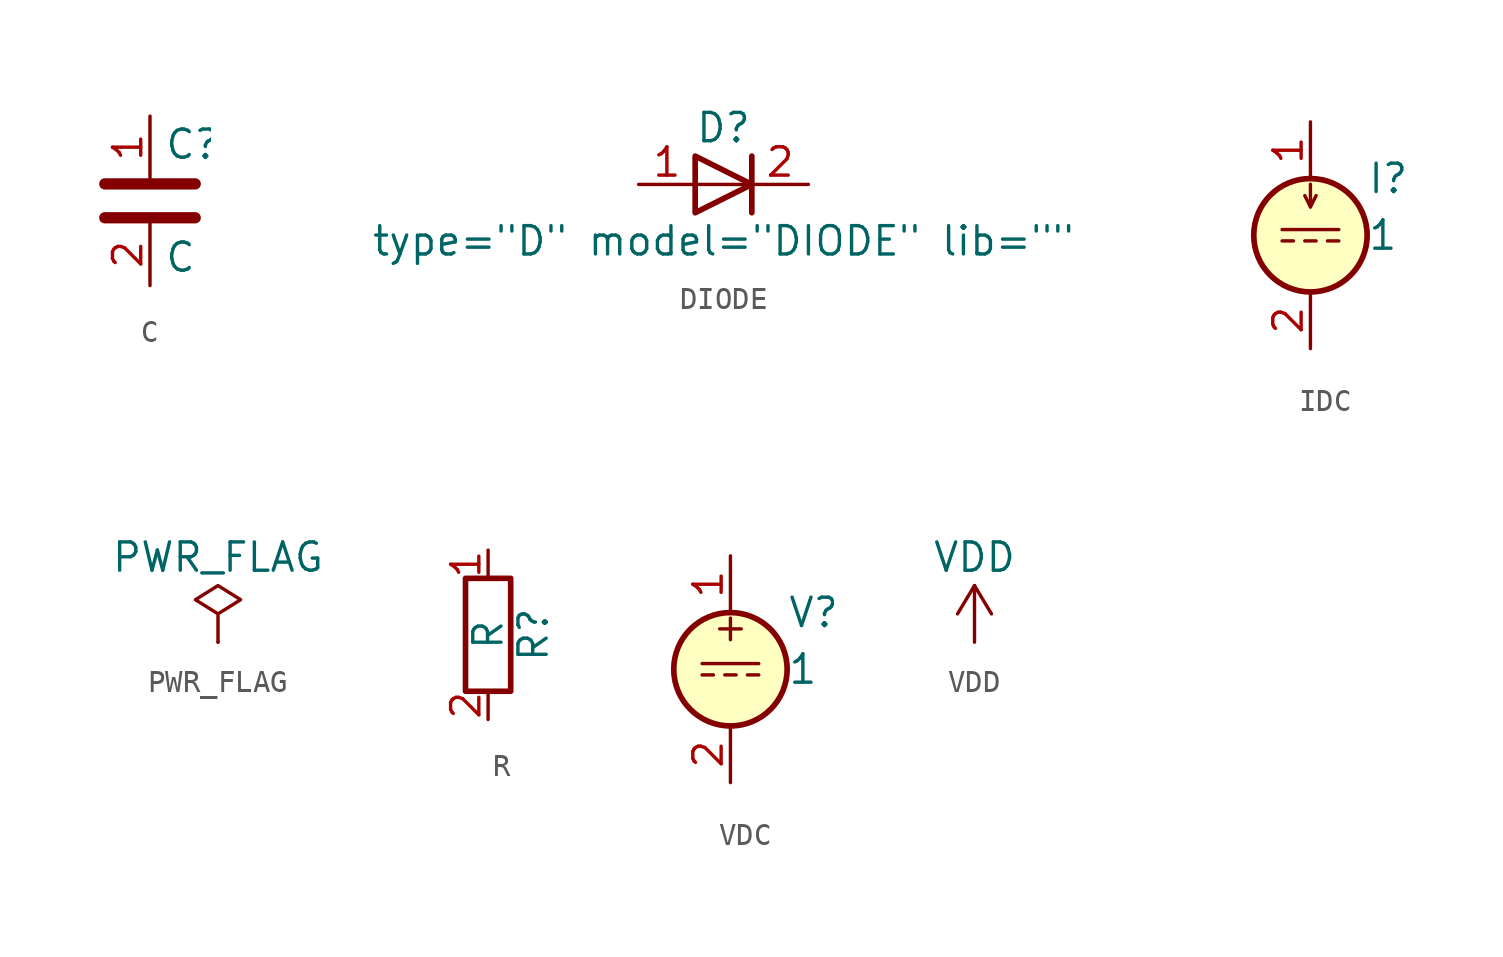
<source format=kicad_sym>
(kicad_symbol_lib
  (version 20241209)
  (generator "kicad_symbol_editor")
  (generator_version "9.0")
  (symbol "C"
    (pin_names
      (offset 0.254)
      (hide yes))
    (property "Reference" "C"
      (at 0.635 2.54 0)
      (effects (font (size 1.27 1.27)) (justify left)))
    (property "Value" "C"
      (at 0.635 -2.54 0)
      (effects (font (size 1.27 1.27)) (justify left)))
    (symbol "C_0_1"
      (polyline (pts (xy -2.032 0.762) (xy 2.032 0.762)) (stroke (width 0.508) (type default)) (fill (type none)))
      (polyline (pts (xy -2.032 -0.762) (xy 2.032 -0.762)) (stroke (width 0.508) (type default)) (fill (type none))))
    (symbol "C_1_1"
      (pin passive line (at 0 3.81 270) (length 2.794) (name "~" (effects (font (size 1.27 1.27)))) (number "1" (effects (font (size 1.27 1.27)))))
      (pin passive line (at 0 -3.81 90) (length 2.794) (name "~" (effects (font (size 1.27 1.27)))) (number "2" (effects (font (size 1.27 1.27)))))))
  (symbol "DIODE"
    (pin_names
      (offset 1.016)
      (hide yes))
    (property "Reference" "D"
      (at 0 2.54 0)
      (effects (font (size 1.27 1.27))))
    (property "Value" "${SIM.PARAMS}"
      (at 0 -2.54 0)
      (effects (font (size 1.27 1.27))))
    (property "Sim.Params" "type=\"D\" model=\"DIODE\" lib=\"\""
      (at 0 0 0)
      (effects (font (size 1.27 1.27)) (hide yes)))
    (symbol "DIODE_0_1"
      (polyline (pts (xy -1.27 -1.27) (xy -1.27 1.27) (xy 1.27 0) (xy -1.27 -1.27)) (stroke (width 0.254) (type default)) (fill (type none)))
      (polyline (pts (xy 1.27 1.27) (xy 1.27 -1.27)) (stroke (width 0.254) (type default)) (fill (type none)))
      (polyline (pts (xy 1.27 0) (xy -1.27 0)) (stroke (width 0) (type default)) (fill (type none))))
    (symbol "DIODE_1_1"
      (pin passive line (at -3.81 0 0) (length 2.54) (name "A" (effects (font (size 1.27 1.27)))) (number "1" (effects (font (size 1.27 1.27)))))
      (pin passive line (at 3.81 0 180) (length 2.54) (name "K" (effects (font (size 1.27 1.27)))) (number "2" (effects (font (size 1.27 1.27)))))))
  (symbol "IDC"
    (pin_names
      (offset 0.025)
      (hide yes))
    (property "Reference" "I"
      (at 2.54 2.54 0)
      (effects (font (size 1.27 1.27)) (justify left)))
    (property "Value" "1"
      (at 2.54 0 0)
      (effects (font (size 1.27 1.27)) (justify left)))
    (symbol "IDC_0_0"
      (polyline (pts (xy -1.27 0.254) (xy 1.27 0.254)) (stroke (width 0) (type default)) (fill (type none)))
      (polyline (pts (xy -0.762 -0.254) (xy -1.27 -0.254)) (stroke (width 0) (type default)) (fill (type none)))
      (polyline (pts (xy 0.254 -0.254) (xy -0.254 -0.254)) (stroke (width 0) (type default)) (fill (type none)))
      (polyline (pts (xy 1.27 -0.254) (xy 0.762 -0.254)) (stroke (width 0) (type default)) (fill (type none))))
    (symbol "IDC_0_1"
      (polyline (pts (xy -0.254 1.778) (xy 0 1.27) (xy 0.254 1.778)) (stroke (width 0) (type default)) (fill (type none)))
      (polyline (pts (xy 0 1.27) (xy 0 2.286)) (stroke (width 0) (type default)) (fill (type none)))
      (circle (center 0 0) (radius 2.54) (stroke (width 0.254) (type default)) (fill (type background))))
    (symbol "IDC_1_1"
      (pin passive line (at 0 5.08 270) (length 2.54) (name "~" (effects (font (size 1.27 1.27)))) (number "1" (effects (font (size 1.27 1.27)))))
      (pin passive line (at 0 -5.08 90) (length 2.54) (name "~" (effects (font (size 1.27 1.27)))) (number "2" (effects (font (size 1.27 1.27)))))))
  (symbol "PWR_FLAG"
    (power)
    (pin_numbers
      (hide yes))
    (pin_names
      (offset 0)
      (hide yes))
    (property "Reference" "#FLG"
      (at 0 1.905 0)
      (effects (font (size 1.27 1.27)) (hide yes)))
    (property "Value" "PWR_FLAG"
      (at 0 3.81 0)
      (effects (font (size 1.27 1.27))))
    (symbol "PWR_FLAG_0_0"
      (pin power_out line (at 0 0 90) (length 0) (name "pwr" (effects (font (size 1.27 1.27)))) (number "1" (effects (font (size 1.27 1.27))))))
    (symbol "PWR_FLAG_0_1"
      (polyline (pts (xy 0 0) (xy 0 1.27) (xy -1.016 1.905) (xy 0 2.54) (xy 1.016 1.905) (xy 0 1.27)) (stroke (width 0) (type default)) (fill (type none)))))
  (symbol "R"
    (pin_names
      (offset 0)
      (hide yes))
    (property "Reference" "R"
      (at 2.032 0 90)
      (effects (font (size 1.27 1.27))))
    (property "Value" "R"
      (at 0 0 90)
      (effects (font (size 1.27 1.27))))
    (symbol "R_0_1"
      (rectangle (start -1.016 -2.54) (end 1.016 2.54) (stroke (width 0.254) (type default)) (fill (type none))))
    (symbol "R_1_1"
      (pin passive line (at 0 3.81 270) (length 1.27) (name "~" (effects (font (size 1.27 1.27)))) (number "1" (effects (font (size 1.27 1.27)))))
      (pin passive line (at 0 -3.81 90) (length 1.27) (name "~" (effects (font (size 1.27 1.27)))) (number "2" (effects (font (size 1.27 1.27)))))))
  (symbol "VDC"
    (pin_names
      (offset 0.025)
      (hide yes))
    (property "Reference" "V"
      (at 2.54 2.54 0)
      (effects (font (size 1.27 1.27)) (justify left)))
    (property "Value" "1"
      (at 2.54 0 0)
      (effects (font (size 1.27 1.27)) (justify left)))
    (symbol "VDC_0_0"
      (polyline (pts (xy -1.27 0.254) (xy 1.27 0.254)) (stroke (width 0) (type default)) (fill (type none)))
      (polyline (pts (xy -0.762 -0.254) (xy -1.27 -0.254)) (stroke (width 0) (type default)) (fill (type none)))
      (polyline (pts (xy 0.254 -0.254) (xy -0.254 -0.254)) (stroke (width 0) (type default)) (fill (type none)))
      (polyline (pts (xy 1.27 -0.254) (xy 0.762 -0.254)) (stroke (width 0) (type default)) (fill (type none)))
      (text "+" (at 0 1.905 0) (effects (font (size 1.27 1.27)))))
    (symbol "VDC_0_1"
      (circle (center 0 0) (radius 2.54) (stroke (width 0.254) (type default)) (fill (type background))))
    (symbol "VDC_1_1"
      (pin passive line (at 0 5.08 270) (length 2.54) (name "~" (effects (font (size 1.27 1.27)))) (number "1" (effects (font (size 1.27 1.27)))))
      (pin passive line (at 0 -5.08 90) (length 2.54) (name "~" (effects (font (size 1.27 1.27)))) (number "2" (effects (font (size 1.27 1.27)))))))
  (symbol "VDD"
    (power)
    (pin_names
      (offset 0))
    (property "Reference" "#PWR"
      (at 0 -3.81 0)
      (effects (font (size 1.27 1.27)) (hide yes)))
    (property "Value" "VDD"
      (at 0 3.81 0)
      (effects (font (size 1.27 1.27))))
    (symbol "VDD_0_1"
      (polyline (pts (xy -0.762 1.27) (xy 0 2.54)) (stroke (width 0) (type default)) (fill (type none)))
      (polyline (pts (xy 0 2.54) (xy 0.762 1.27)) (stroke (width 0) (type default)) (fill (type none)))
      (polyline (pts (xy 0 0) (xy 0 2.54)) (stroke (width 0) (type default)) (fill (type none))))
    (symbol "VDD_1_1"
      (pin power_in line (at 0 0 90) (length 0) (hide yes) (name "VDD" (effects (font (size 1.27 1.27)))) (number "1" (effects (font (size 1.27 1.27))))))))
</source>
